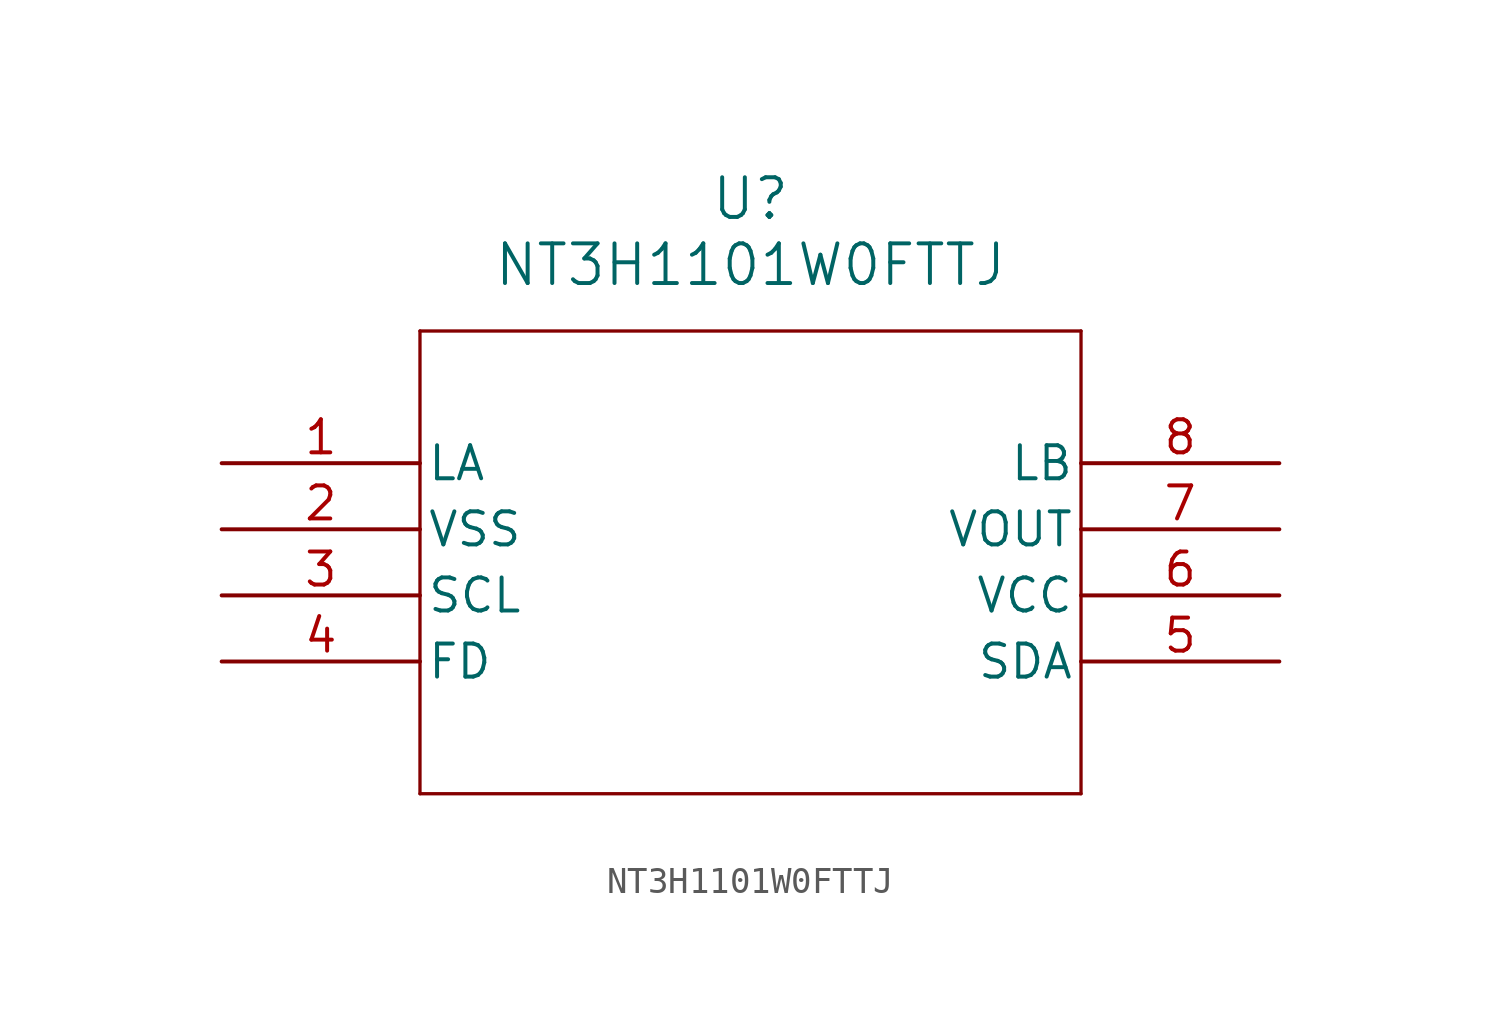
<source format=kicad_sym>
(kicad_symbol_lib
  (version 20211014)
  (generator kicad_symbol_editor)
  (symbol "NT3H1101W0FTTJ"
    (pin_names
      (offset 0.254))
    (property "Reference" "U"
      (at 20.32 10.16 0)
      (effects (font (size 1.524 1.524))))
    (property "Value" "NT3H1101W0FTTJ"
      (at 20.32 7.62 0)
      (effects (font (size 1.524 1.524))))
    (symbol "NT3H1101W0FTTJ_0_1"
      (polyline (pts (xy 7.62 5.08) (xy 7.62 -12.7)) (stroke (width 0.127) (type default) (color 0 0 0 0)) (fill (type none)))
      (polyline (pts (xy 7.62 -12.7) (xy 33.02 -12.7)) (stroke (width 0.127) (type default) (color 0 0 0 0)) (fill (type none)))
      (polyline (pts (xy 33.02 -12.7) (xy 33.02 5.08)) (stroke (width 0.127) (type default) (color 0 0 0 0)) (fill (type none)))
      (polyline (pts (xy 33.02 5.08) (xy 7.62 5.08)) (stroke (width 0.127) (type default) (color 0 0 0 0)) (fill (type none)))
      (pin unspecified line (at 0 0 0) (length 7.62) (name "LA" (effects (font (size 1.27 1.27)))) (number "1" (effects (font (size 1.27 1.27)))))
      (pin power_out line (at 0 -2.54 0) (length 7.62) (name "VSS" (effects (font (size 1.27 1.27)))) (number "2" (effects (font (size 1.27 1.27)))))
      (pin unspecified line (at 0 -5.08 0) (length 7.62) (name "SCL" (effects (font (size 1.27 1.27)))) (number "3" (effects (font (size 1.27 1.27)))))
      (pin unspecified line (at 0 -7.62 0) (length 7.62) (name "FD" (effects (font (size 1.27 1.27)))) (number "4" (effects (font (size 1.27 1.27)))))
      (pin unspecified line (at 40.64 -7.62 180) (length 7.62) (name "SDA" (effects (font (size 1.27 1.27)))) (number "5" (effects (font (size 1.27 1.27)))))
      (pin power_in line (at 40.64 -5.08 180) (length 7.62) (name "VCC" (effects (font (size 1.27 1.27)))) (number "6" (effects (font (size 1.27 1.27)))))
      (pin power_in line (at 40.64 -2.54 180) (length 7.62) (name "VOUT" (effects (font (size 1.27 1.27)))) (number "7" (effects (font (size 1.27 1.27)))))
      (pin unspecified line (at 40.64 0 180) (length 7.62) (name "LB" (effects (font (size 1.27 1.27)))) (number "8" (effects (font (size 1.27 1.27))))))))
</source>
